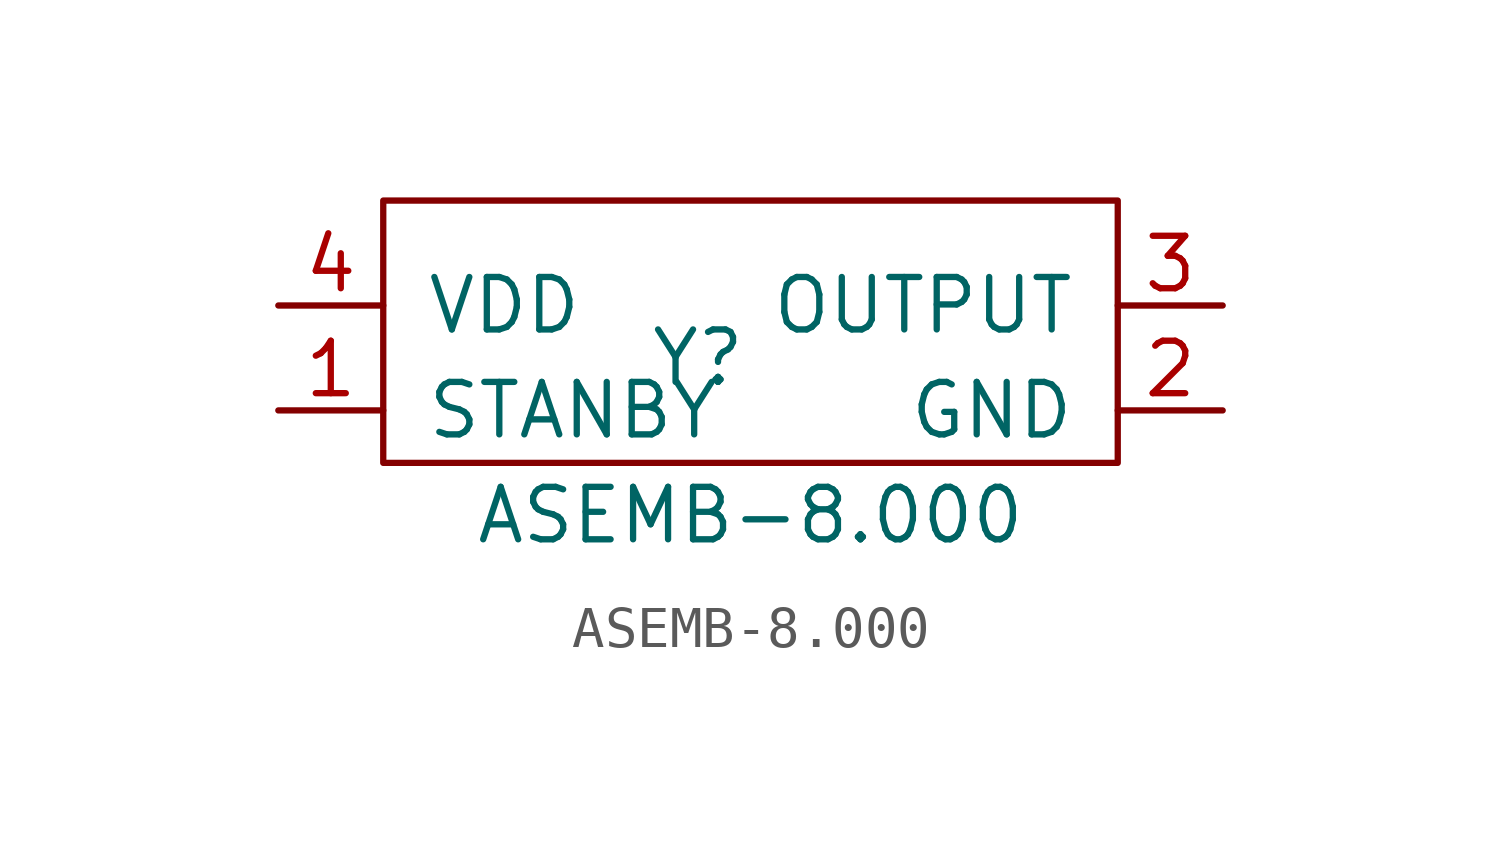
<source format=kicad_sym>
(kicad_symbol_lib
  (version 20220914)
  (generator kicad_symbol_editor)
  (symbol "ASEMB-8.000"
    (pin_names
      (offset 1.016))
    (property "Reference" "Y"
      (at -1.27 0 0)
      (effects (font (size 1.27 1.27))))
    (property "Value" "ASEMB-8.000"
      (at 0 -3.81 0)
      (effects (font (size 1.27 1.27))))
    (symbol "ASEMB-8.000_0_1"
      (rectangle (start -8.89 3.81) (end 8.89 -2.54) (stroke (width 0) (type solid)) (fill (type none))))
    (symbol "ASEMB-8.000_1_1"
      (pin input line (at -11.43 -1.27 0) (length 2.54) (name "STANBY" (effects (font (size 1.27 1.27)))) (number "1" (effects (font (size 1.27 1.27)))))
      (pin input line (at 11.43 -1.27 180) (length 2.54) (name "GND" (effects (font (size 1.27 1.27)))) (number "2" (effects (font (size 1.27 1.27)))))
      (pin input line (at 11.43 1.27 180) (length 2.54) (name "OUTPUT" (effects (font (size 1.27 1.27)))) (number "3" (effects (font (size 1.27 1.27)))))
      (pin input line (at -11.43 1.27 0) (length 2.54) (name "VDD" (effects (font (size 1.27 1.27)))) (number "4" (effects (font (size 1.27 1.27))))))))
</source>
